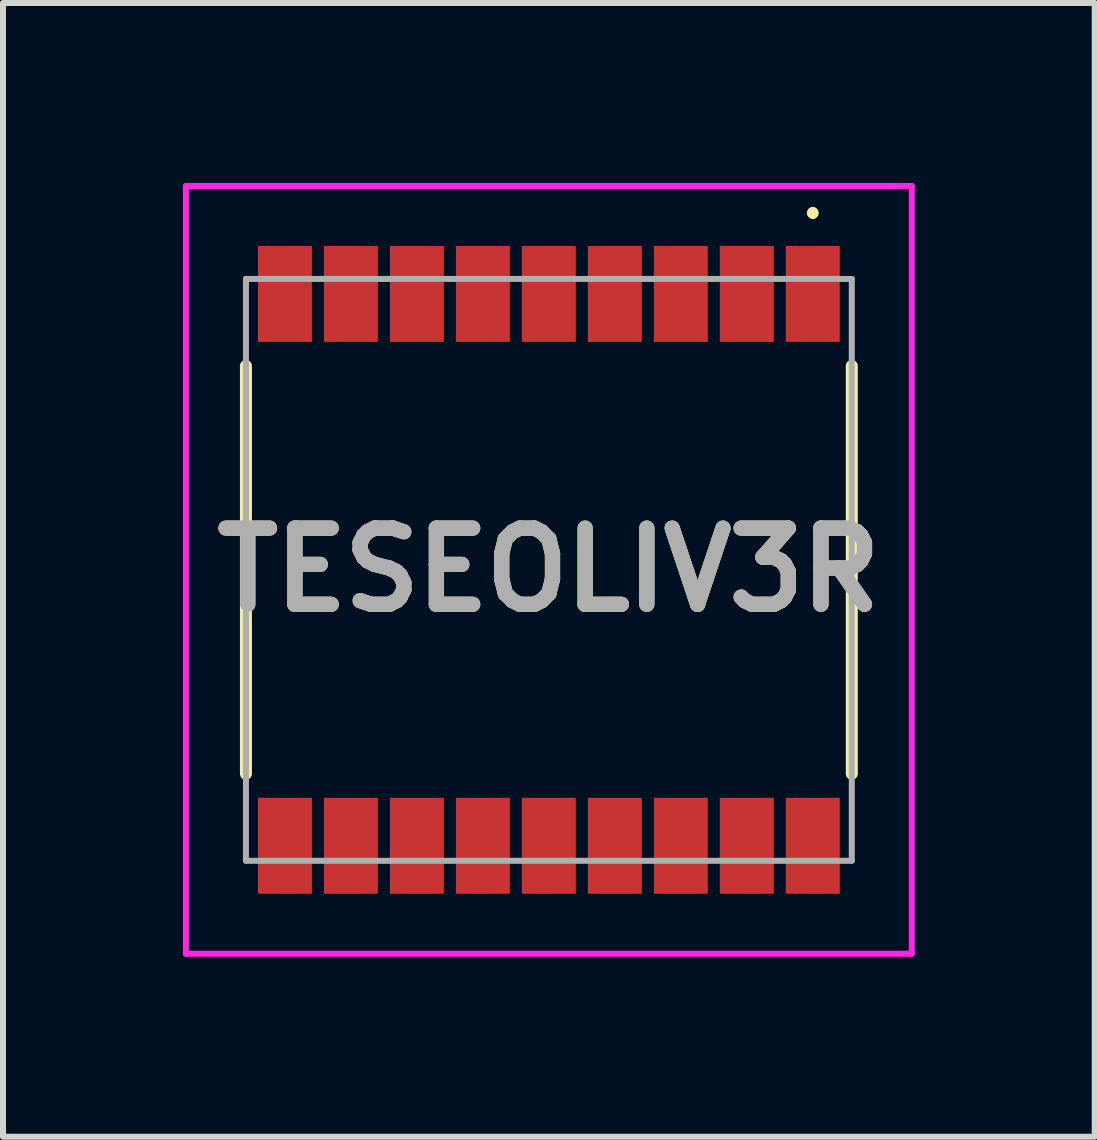
<source format=kicad_pcb>
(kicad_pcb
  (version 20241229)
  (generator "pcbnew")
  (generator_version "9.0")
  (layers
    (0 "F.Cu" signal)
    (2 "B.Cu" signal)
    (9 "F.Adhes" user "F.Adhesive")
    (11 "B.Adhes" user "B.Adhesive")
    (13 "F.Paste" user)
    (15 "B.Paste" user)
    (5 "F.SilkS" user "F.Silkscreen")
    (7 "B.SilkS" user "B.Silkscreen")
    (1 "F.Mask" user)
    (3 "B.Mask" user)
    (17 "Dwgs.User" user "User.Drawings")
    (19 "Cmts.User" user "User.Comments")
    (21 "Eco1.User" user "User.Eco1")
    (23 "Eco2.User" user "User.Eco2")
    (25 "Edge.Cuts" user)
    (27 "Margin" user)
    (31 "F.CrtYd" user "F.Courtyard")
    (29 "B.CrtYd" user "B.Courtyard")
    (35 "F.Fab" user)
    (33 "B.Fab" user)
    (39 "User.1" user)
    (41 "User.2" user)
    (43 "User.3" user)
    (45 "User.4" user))
  (footprint "TESEOLIV3R"
    (layer "F.Cu")
    (at 6.1 6.45)
    (property "Reference" "TESEOLIV3R" (at 0 0 0) (layer "F.SilkS") (effects (font (size 1.27 1.27) (thickness 0.254))))
    (attr smd)
    (fp_line (start -5.05 -3.4) (end -5.05 3.4) (stroke (width 0.2) (type solid)) (layer "F.SilkS"))
    (fp_line (start 4.4 -6) (end 4.4 -6) (stroke (width 0.1) (type solid)) (layer "F.SilkS"))
    (fp_line (start 4.4 -5.9) (end 4.4 -5.9) (stroke (width 0.1) (type solid)) (layer "F.SilkS"))
    (fp_line (start 5.05 -3.4) (end 5.05 3.4) (stroke (width 0.2) (type solid)) (layer "F.SilkS"))
    (fp_arc (start 4.4 -6) (mid 4.45 -5.95) (end 4.4 -5.9) (stroke (width 0.1) (type solid)) (layer "F.SilkS"))
    (fp_arc (start 4.4 -5.9) (mid 4.35 -5.95) (end 4.4 -6) (stroke (width 0.1) (type solid)) (layer "F.SilkS"))
    (fp_line (start -6.05 -6.4) (end 6.05 -6.4) (stroke (width 0.1) (type solid)) (layer "F.CrtYd"))
    (fp_line (start -6.05 6.4) (end -6.05 -6.4) (stroke (width 0.1) (type solid)) (layer "F.CrtYd"))
    (fp_line (start 6.05 -6.4) (end 6.05 6.4) (stroke (width 0.1) (type solid)) (layer "F.CrtYd"))
    (fp_line (start 6.05 6.4) (end -6.05 6.4) (stroke (width 0.1) (type solid)) (layer "F.CrtYd"))
    (fp_line (start -5.05 -4.85) (end 5.05 -4.85) (stroke (width 0.1) (type solid)) (layer "F.Fab"))
    (fp_line (start -5.05 4.85) (end -5.05 -4.85) (stroke (width 0.1) (type solid)) (layer "F.Fab"))
    (fp_line (start 5.05 -4.85) (end 5.05 4.85) (stroke (width 0.1) (type solid)) (layer "F.Fab"))
    (fp_line (start 5.05 4.85) (end -5.05 4.85) (stroke (width 0.1) (type solid)) (layer "F.Fab"))
    (fp_text user "${REFERENCE}" (at 0 0 0) (layer "F.Fab") (effects (font (size 1.27 1.27) (thickness 0.254))))
    (pad "1" smd rect (at 4.4 -4.6) (size 0.9 1.6) (layers "F.Cu" "F.Mask" "F.Paste"))
    (pad "2" smd rect (at 3.3 -4.6) (size 0.9 1.6) (layers "F.Cu" "F.Mask" "F.Paste"))
    (pad "3" smd rect (at 2.2 -4.6) (size 0.9 1.6) (layers "F.Cu" "F.Mask" "F.Paste"))
    (pad "4" smd rect (at 1.1 -4.6) (size 0.9 1.6) (layers "F.Cu" "F.Mask" "F.Paste"))
    (pad "5" smd rect (at 0 -4.6) (size 0.9 1.6) (layers "F.Cu" "F.Mask" "F.Paste"))
    (pad "6" smd rect (at -1.1 -4.6) (size 0.9 1.6) (layers "F.Cu" "F.Mask" "F.Paste"))
    (pad "7" smd rect (at -2.2 -4.6) (size 0.9 1.6) (layers "F.Cu" "F.Mask" "F.Paste"))
    (pad "8" smd rect (at -3.3 -4.6) (size 0.9 1.6) (layers "F.Cu" "F.Mask" "F.Paste"))
    (pad "9" smd rect (at -4.4 -4.6) (size 0.9 1.6) (layers "F.Cu" "F.Mask" "F.Paste"))
    (pad "10" smd rect (at -4.4 4.6) (size 0.9 1.6) (layers "F.Cu" "F.Mask" "F.Paste"))
    (pad "11" smd rect (at -3.3 4.6) (size 0.9 1.6) (layers "F.Cu" "F.Mask" "F.Paste"))
    (pad "12" smd rect (at -2.2 4.6) (size 0.9 1.6) (layers "F.Cu" "F.Mask" "F.Paste"))
    (pad "13" smd rect (at -1.1 4.6) (size 0.9 1.6) (layers "F.Cu" "F.Mask" "F.Paste"))
    (pad "14" smd rect (at 0 4.6) (size 0.9 1.6) (layers "F.Cu" "F.Mask" "F.Paste"))
    (pad "15" smd rect (at 1.1 4.6) (size 0.9 1.6) (layers "F.Cu" "F.Mask" "F.Paste"))
    (pad "16" smd rect (at 2.2 4.6) (size 0.9 1.6) (layers "F.Cu" "F.Mask" "F.Paste"))
    (pad "17" smd rect (at 3.3 4.6) (size 0.9 1.6) (layers "F.Cu" "F.Mask" "F.Paste"))
    (pad "18" smd rect (at 4.4 4.6) (size 0.9 1.6) (layers "F.Cu" "F.Mask" "F.Paste")))
  (gr_rect
    (start -3 -3)
    (end 15.2 15.9)
    (stroke (width 0.1) (type default))
    (fill no)
    (layer "Edge.Cuts")))
</source>
